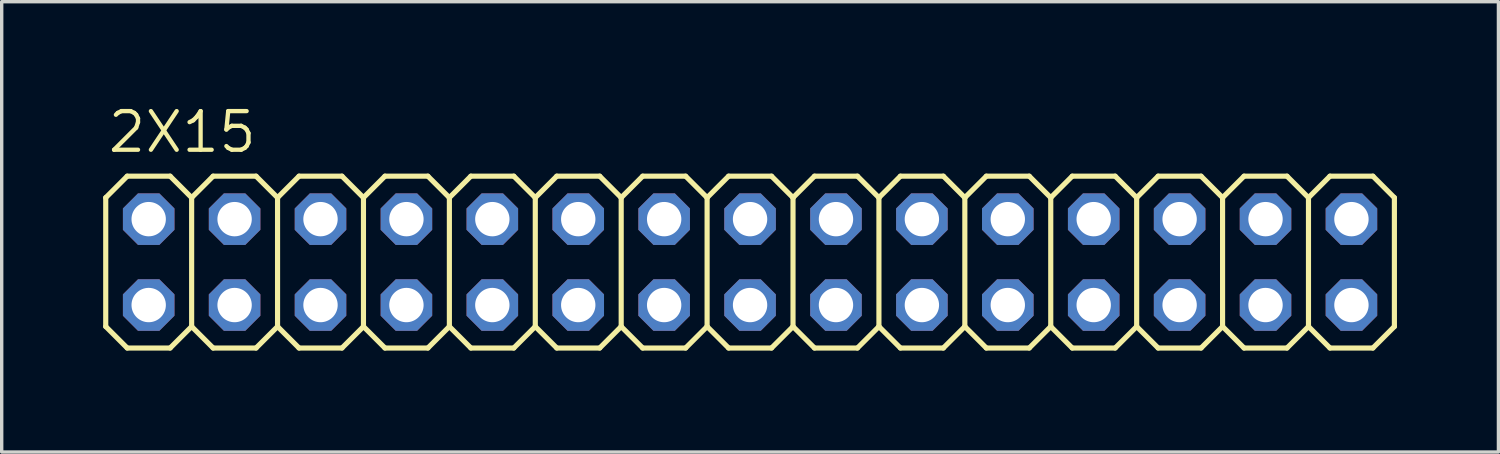
<source format=kicad_pcb>
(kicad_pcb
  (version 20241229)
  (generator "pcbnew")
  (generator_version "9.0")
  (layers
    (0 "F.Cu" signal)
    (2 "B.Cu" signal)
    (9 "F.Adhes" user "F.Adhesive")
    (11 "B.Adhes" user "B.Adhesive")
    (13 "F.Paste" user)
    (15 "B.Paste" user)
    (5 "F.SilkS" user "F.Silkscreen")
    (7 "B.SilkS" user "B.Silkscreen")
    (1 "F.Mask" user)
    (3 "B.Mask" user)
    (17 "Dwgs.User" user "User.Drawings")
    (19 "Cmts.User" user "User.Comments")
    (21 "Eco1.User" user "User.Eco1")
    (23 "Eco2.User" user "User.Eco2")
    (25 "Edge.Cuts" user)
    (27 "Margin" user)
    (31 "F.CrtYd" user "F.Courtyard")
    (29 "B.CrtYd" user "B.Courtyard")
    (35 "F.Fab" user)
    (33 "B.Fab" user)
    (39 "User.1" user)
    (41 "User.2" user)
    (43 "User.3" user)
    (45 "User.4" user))
  (footprint "2X15"
    (layer "F.Cu")
    (at 19.126 4.699)
    (property "Reference" "2X15" (at -19.05 -3.175 0) (layer "F.SilkS") (effects (font (size 1.143 1.143) (thickness 0.127)) (justify left bottom)))
    (fp_line (start -19.05 -1.905) (end -18.415 -2.54) (stroke (width 0.152) (type solid)) (layer "F.SilkS"))
    (fp_line (start -19.05 1.905) (end -19.05 -1.905) (stroke (width 0.152) (type solid)) (layer "F.SilkS"))
    (fp_line (start -19.05 1.905) (end -18.415 2.54) (stroke (width 0.152) (type solid)) (layer "F.SilkS"))
    (fp_line (start -18.415 -2.54) (end -17.145 -2.54) (stroke (width 0.152) (type solid)) (layer "F.SilkS"))
    (fp_line (start -18.415 2.54) (end -17.145 2.54) (stroke (width 0.152) (type solid)) (layer "F.SilkS"))
    (fp_line (start -17.145 -2.54) (end -16.51 -1.905) (stroke (width 0.152) (type solid)) (layer "F.SilkS"))
    (fp_line (start -17.145 2.54) (end -16.51 1.905) (stroke (width 0.152) (type solid)) (layer "F.SilkS"))
    (fp_line (start -16.51 -1.905) (end -16.51 1.905) (stroke (width 0.152) (type solid)) (layer "F.SilkS"))
    (fp_line (start -16.51 -1.905) (end -15.875 -2.54) (stroke (width 0.152) (type solid)) (layer "F.SilkS"))
    (fp_line (start -16.51 1.905) (end -15.875 2.54) (stroke (width 0.152) (type solid)) (layer "F.SilkS"))
    (fp_line (start -15.875 -2.54) (end -14.605 -2.54) (stroke (width 0.152) (type solid)) (layer "F.SilkS"))
    (fp_line (start -15.875 2.54) (end -14.605 2.54) (stroke (width 0.152) (type solid)) (layer "F.SilkS"))
    (fp_line (start -14.605 -2.54) (end -13.97 -1.905) (stroke (width 0.152) (type solid)) (layer "F.SilkS"))
    (fp_line (start -14.605 2.54) (end -13.97 1.905) (stroke (width 0.152) (type solid)) (layer "F.SilkS"))
    (fp_line (start -13.97 -1.905) (end -13.97 1.905) (stroke (width 0.152) (type solid)) (layer "F.SilkS"))
    (fp_line (start -13.97 -1.905) (end -13.335 -2.54) (stroke (width 0.152) (type solid)) (layer "F.SilkS"))
    (fp_line (start -13.97 1.905) (end -13.335 2.54) (stroke (width 0.152) (type solid)) (layer "F.SilkS"))
    (fp_line (start -13.335 -2.54) (end -12.065 -2.54) (stroke (width 0.152) (type solid)) (layer "F.SilkS"))
    (fp_line (start -13.335 2.54) (end -12.065 2.54) (stroke (width 0.152) (type solid)) (layer "F.SilkS"))
    (fp_line (start -12.065 -2.54) (end -11.43 -1.905) (stroke (width 0.152) (type solid)) (layer "F.SilkS"))
    (fp_line (start -12.065 2.54) (end -11.43 1.905) (stroke (width 0.152) (type solid)) (layer "F.SilkS"))
    (fp_line (start -11.43 -1.905) (end -11.43 1.905) (stroke (width 0.152) (type solid)) (layer "F.SilkS"))
    (fp_line (start -11.43 -1.905) (end -10.795 -2.54) (stroke (width 0.152) (type solid)) (layer "F.SilkS"))
    (fp_line (start -11.43 1.905) (end -10.795 2.54) (stroke (width 0.152) (type solid)) (layer "F.SilkS"))
    (fp_line (start -10.795 -2.54) (end -9.525 -2.54) (stroke (width 0.152) (type solid)) (layer "F.SilkS"))
    (fp_line (start -10.795 2.54) (end -9.525 2.54) (stroke (width 0.152) (type solid)) (layer "F.SilkS"))
    (fp_line (start -9.525 -2.54) (end -8.89 -1.905) (stroke (width 0.152) (type solid)) (layer "F.SilkS"))
    (fp_line (start -9.525 2.54) (end -8.89 1.905) (stroke (width 0.152) (type solid)) (layer "F.SilkS"))
    (fp_line (start -8.89 -1.905) (end -8.89 1.905) (stroke (width 0.152) (type solid)) (layer "F.SilkS"))
    (fp_line (start -8.89 -1.905) (end -8.255 -2.54) (stroke (width 0.152) (type solid)) (layer "F.SilkS"))
    (fp_line (start -8.89 1.905) (end -8.255 2.54) (stroke (width 0.152) (type solid)) (layer "F.SilkS"))
    (fp_line (start -8.255 -2.54) (end -6.985 -2.54) (stroke (width 0.152) (type solid)) (layer "F.SilkS"))
    (fp_line (start -8.255 2.54) (end -6.985 2.54) (stroke (width 0.152) (type solid)) (layer "F.SilkS"))
    (fp_line (start -6.985 -2.54) (end -6.35 -1.905) (stroke (width 0.152) (type solid)) (layer "F.SilkS"))
    (fp_line (start -6.985 2.54) (end -6.35 1.905) (stroke (width 0.152) (type solid)) (layer "F.SilkS"))
    (fp_line (start -6.35 -1.905) (end -6.35 1.905) (stroke (width 0.152) (type solid)) (layer "F.SilkS"))
    (fp_line (start -6.35 -1.905) (end -5.715 -2.54) (stroke (width 0.152) (type solid)) (layer "F.SilkS"))
    (fp_line (start -6.35 1.905) (end -5.715 2.54) (stroke (width 0.152) (type solid)) (layer "F.SilkS"))
    (fp_line (start -5.715 -2.54) (end -4.445 -2.54) (stroke (width 0.152) (type solid)) (layer "F.SilkS"))
    (fp_line (start -5.715 2.54) (end -4.445 2.54) (stroke (width 0.152) (type solid)) (layer "F.SilkS"))
    (fp_line (start -4.445 -2.54) (end -3.81 -1.905) (stroke (width 0.152) (type solid)) (layer "F.SilkS"))
    (fp_line (start -4.445 2.54) (end -3.81 1.905) (stroke (width 0.152) (type solid)) (layer "F.SilkS"))
    (fp_line (start -3.81 -1.905) (end -3.81 1.905) (stroke (width 0.152) (type solid)) (layer "F.SilkS"))
    (fp_line (start -3.81 -1.905) (end -3.175 -2.54) (stroke (width 0.152) (type solid)) (layer "F.SilkS"))
    (fp_line (start -3.81 1.905) (end -3.175 2.54) (stroke (width 0.152) (type solid)) (layer "F.SilkS"))
    (fp_line (start -3.175 -2.54) (end -1.905 -2.54) (stroke (width 0.152) (type solid)) (layer "F.SilkS"))
    (fp_line (start -1.905 -2.54) (end -1.27 -1.905) (stroke (width 0.152) (type solid)) (layer "F.SilkS"))
    (fp_line (start -1.905 2.54) (end -3.175 2.54) (stroke (width 0.152) (type solid)) (layer "F.SilkS"))
    (fp_line (start -1.27 -1.905) (end -1.27 1.905) (stroke (width 0.152) (type solid)) (layer "F.SilkS"))
    (fp_line (start -1.27 -1.905) (end -0.635 -2.54) (stroke (width 0.152) (type solid)) (layer "F.SilkS"))
    (fp_line (start -1.27 1.905) (end -1.905 2.54) (stroke (width 0.152) (type solid)) (layer "F.SilkS"))
    (fp_line (start -1.27 1.905) (end -0.635 2.54) (stroke (width 0.152) (type solid)) (layer "F.SilkS"))
    (fp_line (start -0.635 -2.54) (end 0.635 -2.54) (stroke (width 0.152) (type solid)) (layer "F.SilkS"))
    (fp_line (start 0.635 -2.54) (end 1.27 -1.905) (stroke (width 0.152) (type solid)) (layer "F.SilkS"))
    (fp_line (start 0.635 2.54) (end -0.635 2.54) (stroke (width 0.152) (type solid)) (layer "F.SilkS"))
    (fp_line (start 1.27 -1.905) (end 1.27 1.905) (stroke (width 0.152) (type solid)) (layer "F.SilkS"))
    (fp_line (start 1.27 -1.905) (end 1.905 -2.54) (stroke (width 0.152) (type solid)) (layer "F.SilkS"))
    (fp_line (start 1.27 1.905) (end 0.635 2.54) (stroke (width 0.152) (type solid)) (layer "F.SilkS"))
    (fp_line (start 1.27 1.905) (end 1.905 2.54) (stroke (width 0.152) (type solid)) (layer "F.SilkS"))
    (fp_line (start 1.905 -2.54) (end 3.175 -2.54) (stroke (width 0.152) (type solid)) (layer "F.SilkS"))
    (fp_line (start 3.175 -2.54) (end 3.81 -1.905) (stroke (width 0.152) (type solid)) (layer "F.SilkS"))
    (fp_line (start 3.175 2.54) (end 1.905 2.54) (stroke (width 0.152) (type solid)) (layer "F.SilkS"))
    (fp_line (start 3.81 -1.905) (end 3.81 1.905) (stroke (width 0.152) (type solid)) (layer "F.SilkS"))
    (fp_line (start 3.81 -1.905) (end 4.445 -2.54) (stroke (width 0.152) (type solid)) (layer "F.SilkS"))
    (fp_line (start 3.81 1.905) (end 3.175 2.54) (stroke (width 0.152) (type solid)) (layer "F.SilkS"))
    (fp_line (start 3.81 1.905) (end 4.445 2.54) (stroke (width 0.152) (type solid)) (layer "F.SilkS"))
    (fp_line (start 4.445 -2.54) (end 5.715 -2.54) (stroke (width 0.152) (type solid)) (layer "F.SilkS"))
    (fp_line (start 5.715 -2.54) (end 6.35 -1.905) (stroke (width 0.152) (type solid)) (layer "F.SilkS"))
    (fp_line (start 5.715 2.54) (end 4.445 2.54) (stroke (width 0.152) (type solid)) (layer "F.SilkS"))
    (fp_line (start 6.35 -1.905) (end 6.35 1.905) (stroke (width 0.152) (type solid)) (layer "F.SilkS"))
    (fp_line (start 6.35 -1.905) (end 6.985 -2.54) (stroke (width 0.152) (type solid)) (layer "F.SilkS"))
    (fp_line (start 6.35 1.905) (end 5.715 2.54) (stroke (width 0.152) (type solid)) (layer "F.SilkS"))
    (fp_line (start 6.35 1.905) (end 6.985 2.54) (stroke (width 0.152) (type solid)) (layer "F.SilkS"))
    (fp_line (start 6.985 -2.54) (end 8.255 -2.54) (stroke (width 0.152) (type solid)) (layer "F.SilkS"))
    (fp_line (start 8.255 -2.54) (end 8.89 -1.905) (stroke (width 0.152) (type solid)) (layer "F.SilkS"))
    (fp_line (start 8.255 2.54) (end 6.985 2.54) (stroke (width 0.152) (type solid)) (layer "F.SilkS"))
    (fp_line (start 8.89 -1.905) (end 8.89 1.905) (stroke (width 0.152) (type solid)) (layer "F.SilkS"))
    (fp_line (start 8.89 -1.905) (end 9.525 -2.54) (stroke (width 0.152) (type solid)) (layer "F.SilkS"))
    (fp_line (start 8.89 1.905) (end 8.255 2.54) (stroke (width 0.152) (type solid)) (layer "F.SilkS"))
    (fp_line (start 8.89 1.905) (end 9.525 2.54) (stroke (width 0.152) (type solid)) (layer "F.SilkS"))
    (fp_line (start 9.525 -2.54) (end 10.795 -2.54) (stroke (width 0.152) (type solid)) (layer "F.SilkS"))
    (fp_line (start 10.795 2.54) (end 9.525 2.54) (stroke (width 0.152) (type solid)) (layer "F.SilkS"))
    (fp_line (start 11.43 -1.905) (end 10.795 -2.54) (stroke (width 0.152) (type solid)) (layer "F.SilkS"))
    (fp_line (start 11.43 -1.905) (end 11.43 1.905) (stroke (width 0.152) (type solid)) (layer "F.SilkS"))
    (fp_line (start 11.43 -1.905) (end 12.065 -2.54) (stroke (width 0.152) (type solid)) (layer "F.SilkS"))
    (fp_line (start 11.43 1.905) (end 10.795 2.54) (stroke (width 0.152) (type solid)) (layer "F.SilkS"))
    (fp_line (start 11.43 1.905) (end 12.065 2.54) (stroke (width 0.152) (type solid)) (layer "F.SilkS"))
    (fp_line (start 13.335 -2.54) (end 12.065 -2.54) (stroke (width 0.152) (type solid)) (layer "F.SilkS"))
    (fp_line (start 13.335 -2.54) (end 13.97 -1.905) (stroke (width 0.152) (type solid)) (layer "F.SilkS"))
    (fp_line (start 13.335 2.54) (end 12.065 2.54) (stroke (width 0.152) (type solid)) (layer "F.SilkS"))
    (fp_line (start 13.97 -1.905) (end 13.97 1.905) (stroke (width 0.152) (type solid)) (layer "F.SilkS"))
    (fp_line (start 13.97 -1.905) (end 14.605 -2.54) (stroke (width 0.152) (type solid)) (layer "F.SilkS"))
    (fp_line (start 13.97 1.905) (end 13.335 2.54) (stroke (width 0.152) (type solid)) (layer "F.SilkS"))
    (fp_line (start 13.97 1.905) (end 14.605 2.54) (stroke (width 0.152) (type solid)) (layer "F.SilkS"))
    (fp_line (start 15.875 -2.54) (end 14.605 -2.54) (stroke (width 0.152) (type solid)) (layer "F.SilkS"))
    (fp_line (start 15.875 -2.54) (end 16.51 -1.905) (stroke (width 0.152) (type solid)) (layer "F.SilkS"))
    (fp_line (start 15.875 2.54) (end 14.605 2.54) (stroke (width 0.152) (type solid)) (layer "F.SilkS"))
    (fp_line (start 16.51 -1.905) (end 16.51 1.905) (stroke (width 0.152) (type solid)) (layer "F.SilkS"))
    (fp_line (start 16.51 -1.905) (end 17.145 -2.54) (stroke (width 0.152) (type solid)) (layer "F.SilkS"))
    (fp_line (start 16.51 1.905) (end 15.875 2.54) (stroke (width 0.152) (type solid)) (layer "F.SilkS"))
    (fp_line (start 17.145 2.54) (end 16.51 1.905) (stroke (width 0.152) (type solid)) (layer "F.SilkS"))
    (fp_line (start 17.145 2.54) (end 18.415 2.54) (stroke (width 0.152) (type solid)) (layer "F.SilkS"))
    (fp_line (start 18.415 -2.54) (end 17.145 -2.54) (stroke (width 0.152) (type solid)) (layer "F.SilkS"))
    (fp_line (start 18.415 -2.54) (end 19.05 -1.905) (stroke (width 0.152) (type solid)) (layer "F.SilkS"))
    (fp_line (start 19.05 -1.905) (end 19.05 1.905) (stroke (width 0.152) (type solid)) (layer "F.SilkS"))
    (fp_line (start 19.05 1.905) (end 18.415 2.54) (stroke (width 0.152) (type solid)) (layer "F.SilkS"))
    (fp_poly (pts (xy -18.034 -1.016) (xy -17.526 -1.016) (xy -17.526 -1.524) (xy -18.034 -1.524)) (stroke (width 0.1) (type solid)) (fill no) (layer "F.Fab"))
    (fp_poly (pts (xy -18.034 1.524) (xy -17.526 1.524) (xy -17.526 1.016) (xy -18.034 1.016)) (stroke (width 0.1) (type solid)) (fill no) (layer "F.Fab"))
    (fp_poly (pts (xy -15.494 -1.016) (xy -14.986 -1.016) (xy -14.986 -1.524) (xy -15.494 -1.524)) (stroke (width 0.1) (type solid)) (fill no) (layer "F.Fab"))
    (fp_poly (pts (xy -15.494 1.524) (xy -14.986 1.524) (xy -14.986 1.016) (xy -15.494 1.016)) (stroke (width 0.1) (type solid)) (fill no) (layer "F.Fab"))
    (fp_poly (pts (xy -12.954 -1.016) (xy -12.446 -1.016) (xy -12.446 -1.524) (xy -12.954 -1.524)) (stroke (width 0.1) (type solid)) (fill no) (layer "F.Fab"))
    (fp_poly (pts (xy -12.954 1.524) (xy -12.446 1.524) (xy -12.446 1.016) (xy -12.954 1.016)) (stroke (width 0.1) (type solid)) (fill no) (layer "F.Fab"))
    (fp_poly (pts (xy -10.414 -1.016) (xy -9.906 -1.016) (xy -9.906 -1.524) (xy -10.414 -1.524)) (stroke (width 0.1) (type solid)) (fill no) (layer "F.Fab"))
    (fp_poly (pts (xy -10.414 1.524) (xy -9.906 1.524) (xy -9.906 1.016) (xy -10.414 1.016)) (stroke (width 0.1) (type solid)) (fill no) (layer "F.Fab"))
    (fp_poly (pts (xy -7.874 -1.016) (xy -7.366 -1.016) (xy -7.366 -1.524) (xy -7.874 -1.524)) (stroke (width 0.1) (type solid)) (fill no) (layer "F.Fab"))
    (fp_poly (pts (xy -7.874 1.524) (xy -7.366 1.524) (xy -7.366 1.016) (xy -7.874 1.016)) (stroke (width 0.1) (type solid)) (fill no) (layer "F.Fab"))
    (fp_poly (pts (xy -5.334 -1.016) (xy -4.826 -1.016) (xy -4.826 -1.524) (xy -5.334 -1.524)) (stroke (width 0.1) (type solid)) (fill no) (layer "F.Fab"))
    (fp_poly (pts (xy -5.334 1.524) (xy -4.826 1.524) (xy -4.826 1.016) (xy -5.334 1.016)) (stroke (width 0.1) (type solid)) (fill no) (layer "F.Fab"))
    (fp_poly (pts (xy -2.794 -1.016) (xy -2.286 -1.016) (xy -2.286 -1.524) (xy -2.794 -1.524)) (stroke (width 0.1) (type solid)) (fill no) (layer "F.Fab"))
    (fp_poly (pts (xy -2.794 1.524) (xy -2.286 1.524) (xy -2.286 1.016) (xy -2.794 1.016)) (stroke (width 0.1) (type solid)) (fill no) (layer "F.Fab"))
    (fp_poly (pts (xy -0.254 -1.016) (xy 0.254 -1.016) (xy 0.254 -1.524) (xy -0.254 -1.524)) (stroke (width 0.1) (type solid)) (fill no) (layer "F.Fab"))
    (fp_poly (pts (xy -0.254 1.524) (xy 0.254 1.524) (xy 0.254 1.016) (xy -0.254 1.016)) (stroke (width 0.1) (type solid)) (fill no) (layer "F.Fab"))
    (fp_poly (pts (xy 2.286 -1.016) (xy 2.794 -1.016) (xy 2.794 -1.524) (xy 2.286 -1.524)) (stroke (width 0.1) (type solid)) (fill no) (layer "F.Fab"))
    (fp_poly (pts (xy 2.286 1.524) (xy 2.794 1.524) (xy 2.794 1.016) (xy 2.286 1.016)) (stroke (width 0.1) (type solid)) (fill no) (layer "F.Fab"))
    (fp_poly (pts (xy 4.826 -1.016) (xy 5.334 -1.016) (xy 5.334 -1.524) (xy 4.826 -1.524)) (stroke (width 0.1) (type solid)) (fill no) (layer "F.Fab"))
    (fp_poly (pts (xy 4.826 1.524) (xy 5.334 1.524) (xy 5.334 1.016) (xy 4.826 1.016)) (stroke (width 0.1) (type solid)) (fill no) (layer "F.Fab"))
    (fp_poly (pts (xy 7.366 -1.016) (xy 7.874 -1.016) (xy 7.874 -1.524) (xy 7.366 -1.524)) (stroke (width 0.1) (type solid)) (fill no) (layer "F.Fab"))
    (fp_poly (pts (xy 7.366 1.524) (xy 7.874 1.524) (xy 7.874 1.016) (xy 7.366 1.016)) (stroke (width 0.1) (type solid)) (fill no) (layer "F.Fab"))
    (fp_poly (pts (xy 9.906 -1.016) (xy 10.414 -1.016) (xy 10.414 -1.524) (xy 9.906 -1.524)) (stroke (width 0.1) (type solid)) (fill no) (layer "F.Fab"))
    (fp_poly (pts (xy 9.906 1.524) (xy 10.414 1.524) (xy 10.414 1.016) (xy 9.906 1.016)) (stroke (width 0.1) (type solid)) (fill no) (layer "F.Fab"))
    (fp_poly (pts (xy 12.446 -1.016) (xy 12.954 -1.016) (xy 12.954 -1.524) (xy 12.446 -1.524)) (stroke (width 0.1) (type solid)) (fill no) (layer "F.Fab"))
    (fp_poly (pts (xy 12.446 1.524) (xy 12.954 1.524) (xy 12.954 1.016) (xy 12.446 1.016)) (stroke (width 0.1) (type solid)) (fill no) (layer "F.Fab"))
    (fp_poly (pts (xy 14.986 -1.016) (xy 15.494 -1.016) (xy 15.494 -1.524) (xy 14.986 -1.524)) (stroke (width 0.1) (type solid)) (fill no) (layer "F.Fab"))
    (fp_poly (pts (xy 14.986 1.524) (xy 15.494 1.524) (xy 15.494 1.016) (xy 14.986 1.016)) (stroke (width 0.1) (type solid)) (fill no) (layer "F.Fab"))
    (fp_poly (pts (xy 17.526 -1.016) (xy 18.034 -1.016) (xy 18.034 -1.524) (xy 17.526 -1.524)) (stroke (width 0.1) (type solid)) (fill no) (layer "F.Fab"))
    (fp_poly (pts (xy 17.526 1.524) (xy 18.034 1.524) (xy 18.034 1.016) (xy 17.526 1.016)) (stroke (width 0.1) (type solid)) (fill no) (layer "F.Fab"))
    (pad "1" thru_hole roundrect (at -17.78 1.27) (size 1.524 1.524) (drill 1.016) (layers "*.Cu" "*.Mask") (roundrect_rratio 0.25) (chamfer_ratio 0.293) (chamfer top_left top_right bottom_left bottom_right))
    (pad "2" thru_hole roundrect (at -17.78 -1.27) (size 1.524 1.524) (drill 1.016) (layers "*.Cu" "*.Mask") (roundrect_rratio 0.25) (chamfer_ratio 0.293) (chamfer top_left top_right bottom_left bottom_right))
    (pad "3" thru_hole roundrect (at -15.24 1.27) (size 1.524 1.524) (drill 1.016) (layers "*.Cu" "*.Mask") (roundrect_rratio 0.25) (chamfer_ratio 0.293) (chamfer top_left top_right bottom_left bottom_right))
    (pad "4" thru_hole roundrect (at -15.24 -1.27) (size 1.524 1.524) (drill 1.016) (layers "*.Cu" "*.Mask") (roundrect_rratio 0.25) (chamfer_ratio 0.293) (chamfer top_left top_right bottom_left bottom_right))
    (pad "5" thru_hole roundrect (at -12.7 1.27) (size 1.524 1.524) (drill 1.016) (layers "*.Cu" "*.Mask") (roundrect_rratio 0.25) (chamfer_ratio 0.293) (chamfer top_left top_right bottom_left bottom_right))
    (pad "6" thru_hole roundrect (at -12.7 -1.27) (size 1.524 1.524) (drill 1.016) (layers "*.Cu" "*.Mask") (roundrect_rratio 0.25) (chamfer_ratio 0.293) (chamfer top_left top_right bottom_left bottom_right))
    (pad "7" thru_hole roundrect (at -10.16 1.27) (size 1.524 1.524) (drill 1.016) (layers "*.Cu" "*.Mask") (roundrect_rratio 0.25) (chamfer_ratio 0.293) (chamfer top_left top_right bottom_left bottom_right))
    (pad "8" thru_hole roundrect (at -10.16 -1.27) (size 1.524 1.524) (drill 1.016) (layers "*.Cu" "*.Mask") (roundrect_rratio 0.25) (chamfer_ratio 0.293) (chamfer top_left top_right bottom_left bottom_right))
    (pad "9" thru_hole roundrect (at -7.62 1.27) (size 1.524 1.524) (drill 1.016) (layers "*.Cu" "*.Mask") (roundrect_rratio 0.25) (chamfer_ratio 0.293) (chamfer top_left top_right bottom_left bottom_right))
    (pad "10" thru_hole roundrect (at -7.62 -1.27) (size 1.524 1.524) (drill 1.016) (layers "*.Cu" "*.Mask") (roundrect_rratio 0.25) (chamfer_ratio 0.293) (chamfer top_left top_right bottom_left bottom_right))
    (pad "11" thru_hole roundrect (at -5.08 1.27) (size 1.524 1.524) (drill 1.016) (layers "*.Cu" "*.Mask") (roundrect_rratio 0.25) (chamfer_ratio 0.293) (chamfer top_left top_right bottom_left bottom_right))
    (pad "12" thru_hole roundrect (at -5.08 -1.27) (size 1.524 1.524) (drill 1.016) (layers "*.Cu" "*.Mask") (roundrect_rratio 0.25) (chamfer_ratio 0.293) (chamfer top_left top_right bottom_left bottom_right))
    (pad "13" thru_hole roundrect (at -2.54 1.27) (size 1.524 1.524) (drill 1.016) (layers "*.Cu" "*.Mask") (roundrect_rratio 0.25) (chamfer_ratio 0.293) (chamfer top_left top_right bottom_left bottom_right))
    (pad "14" thru_hole roundrect (at -2.54 -1.27) (size 1.524 1.524) (drill 1.016) (layers "*.Cu" "*.Mask") (roundrect_rratio 0.25) (chamfer_ratio 0.293) (chamfer top_left top_right bottom_left bottom_right))
    (pad "15" thru_hole roundrect (at 0 1.27) (size 1.524 1.524) (drill 1.016) (layers "*.Cu" "*.Mask") (roundrect_rratio 0.25) (chamfer_ratio 0.293) (chamfer top_left top_right bottom_left bottom_right))
    (pad "16" thru_hole roundrect (at 0 -1.27) (size 1.524 1.524) (drill 1.016) (layers "*.Cu" "*.Mask") (roundrect_rratio 0.25) (chamfer_ratio 0.293) (chamfer top_left top_right bottom_left bottom_right))
    (pad "17" thru_hole roundrect (at 2.54 1.27) (size 1.524 1.524) (drill 1.016) (layers "*.Cu" "*.Mask") (roundrect_rratio 0.25) (chamfer_ratio 0.293) (chamfer top_left top_right bottom_left bottom_right))
    (pad "18" thru_hole roundrect (at 2.54 -1.27) (size 1.524 1.524) (drill 1.016) (layers "*.Cu" "*.Mask") (roundrect_rratio 0.25) (chamfer_ratio 0.293) (chamfer top_left top_right bottom_left bottom_right))
    (pad "19" thru_hole roundrect (at 5.08 1.27) (size 1.524 1.524) (drill 1.016) (layers "*.Cu" "*.Mask") (roundrect_rratio 0.25) (chamfer_ratio 0.293) (chamfer top_left top_right bottom_left bottom_right))
    (pad "20" thru_hole roundrect (at 5.08 -1.27) (size 1.524 1.524) (drill 1.016) (layers "*.Cu" "*.Mask") (roundrect_rratio 0.25) (chamfer_ratio 0.293) (chamfer top_left top_right bottom_left bottom_right))
    (pad "21" thru_hole roundrect (at 7.62 1.27) (size 1.524 1.524) (drill 1.016) (layers "*.Cu" "*.Mask") (roundrect_rratio 0.25) (chamfer_ratio 0.293) (chamfer top_left top_right bottom_left bottom_right))
    (pad "22" thru_hole roundrect (at 7.62 -1.27) (size 1.524 1.524) (drill 1.016) (layers "*.Cu" "*.Mask") (roundrect_rratio 0.25) (chamfer_ratio 0.293) (chamfer top_left top_right bottom_left bottom_right))
    (pad "23" thru_hole roundrect (at 10.16 1.27) (size 1.524 1.524) (drill 1.016) (layers "*.Cu" "*.Mask") (roundrect_rratio 0.25) (chamfer_ratio 0.293) (chamfer top_left top_right bottom_left bottom_right))
    (pad "24" thru_hole roundrect (at 10.16 -1.27) (size 1.524 1.524) (drill 1.016) (layers "*.Cu" "*.Mask") (roundrect_rratio 0.25) (chamfer_ratio 0.293) (chamfer top_left top_right bottom_left bottom_right))
    (pad "25" thru_hole roundrect (at 12.7 1.27) (size 1.524 1.524) (drill 1.016) (layers "*.Cu" "*.Mask") (roundrect_rratio 0.25) (chamfer_ratio 0.293) (chamfer top_left top_right bottom_left bottom_right))
    (pad "26" thru_hole roundrect (at 12.7 -1.27) (size 1.524 1.524) (drill 1.016) (layers "*.Cu" "*.Mask") (roundrect_rratio 0.25) (chamfer_ratio 0.293) (chamfer top_left top_right bottom_left bottom_right))
    (pad "27" thru_hole roundrect (at 15.24 1.27) (size 1.524 1.524) (drill 1.016) (layers "*.Cu" "*.Mask") (roundrect_rratio 0.25) (chamfer_ratio 0.293) (chamfer top_left top_right bottom_left bottom_right))
    (pad "28" thru_hole roundrect (at 15.24 -1.27) (size 1.524 1.524) (drill 1.016) (layers "*.Cu" "*.Mask") (roundrect_rratio 0.25) (chamfer_ratio 0.293) (chamfer top_left top_right bottom_left bottom_right))
    (pad "29" thru_hole roundrect (at 17.78 1.27) (size 1.524 1.524) (drill 1.016) (layers "*.Cu" "*.Mask") (roundrect_rratio 0.25) (chamfer_ratio 0.293) (chamfer top_left top_right bottom_left bottom_right))
    (pad "30" thru_hole roundrect (at 17.78 -1.27) (size 1.524 1.524) (drill 1.016) (layers "*.Cu" "*.Mask") (roundrect_rratio 0.25) (chamfer_ratio 0.293) (chamfer top_left top_right bottom_left bottom_right)))
  (gr_rect
    (start -3 -3)
    (end 41.252 10.315)
    (stroke (width 0.1) (type default))
    (fill no)
    (layer "Edge.Cuts")))
</source>
